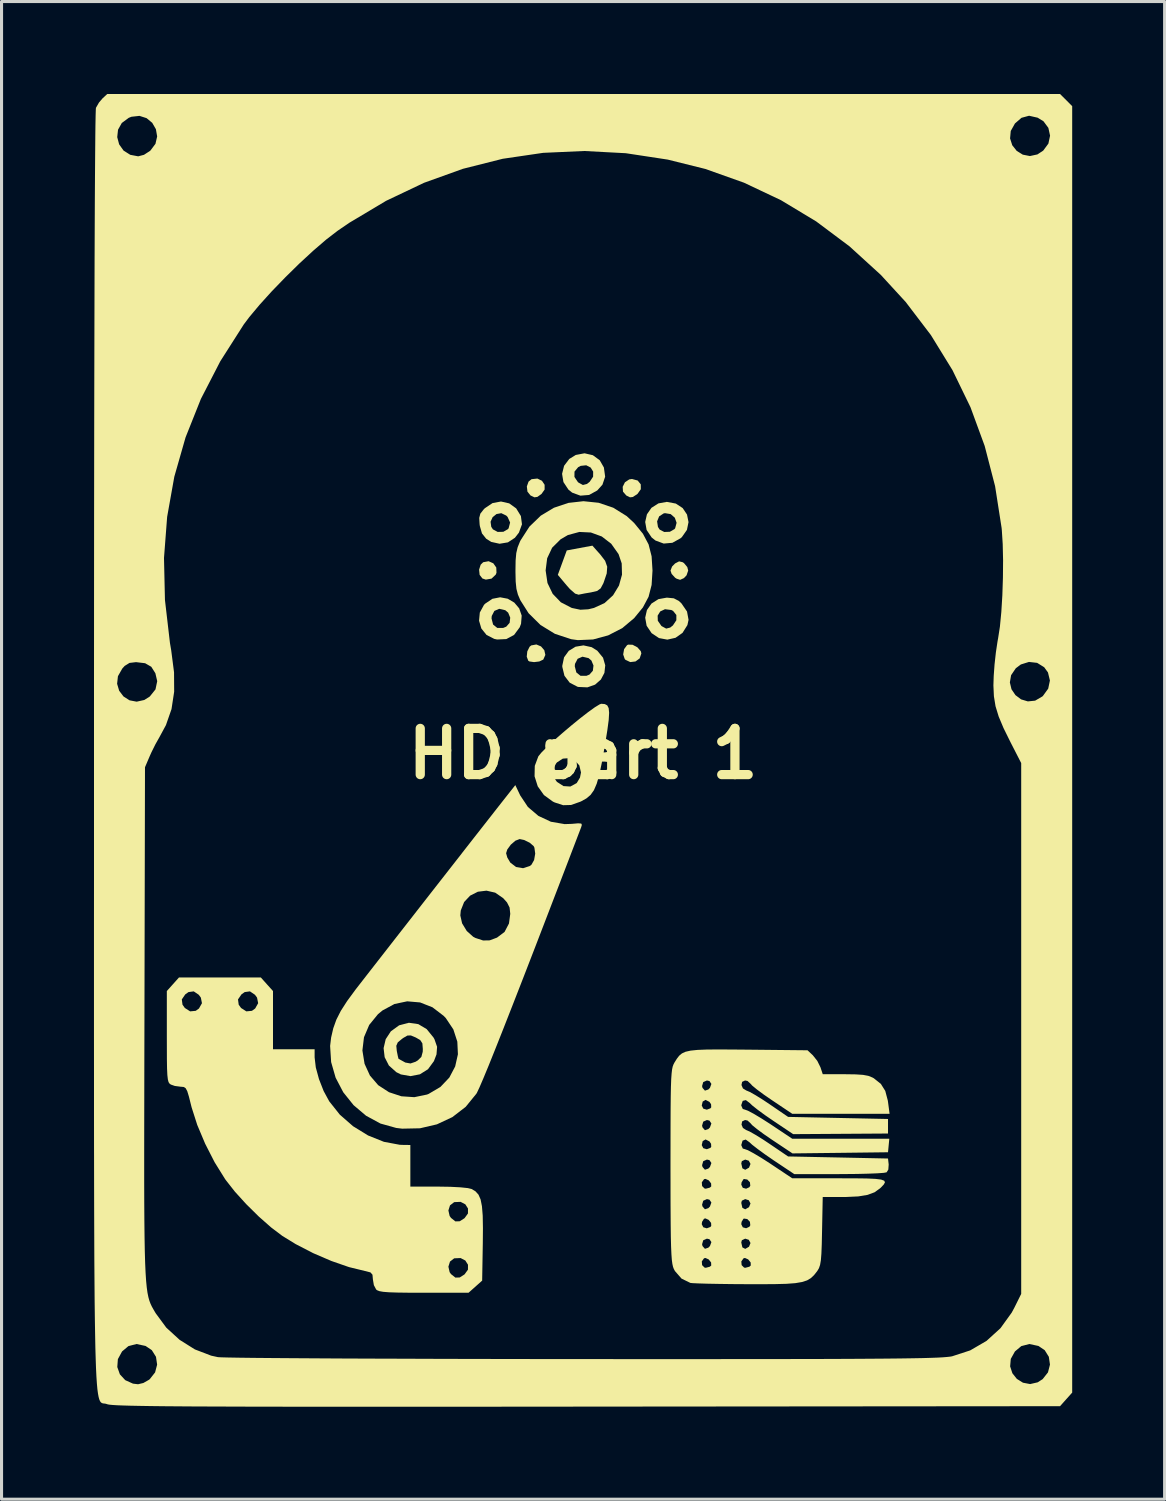
<source format=kicad_pcb>
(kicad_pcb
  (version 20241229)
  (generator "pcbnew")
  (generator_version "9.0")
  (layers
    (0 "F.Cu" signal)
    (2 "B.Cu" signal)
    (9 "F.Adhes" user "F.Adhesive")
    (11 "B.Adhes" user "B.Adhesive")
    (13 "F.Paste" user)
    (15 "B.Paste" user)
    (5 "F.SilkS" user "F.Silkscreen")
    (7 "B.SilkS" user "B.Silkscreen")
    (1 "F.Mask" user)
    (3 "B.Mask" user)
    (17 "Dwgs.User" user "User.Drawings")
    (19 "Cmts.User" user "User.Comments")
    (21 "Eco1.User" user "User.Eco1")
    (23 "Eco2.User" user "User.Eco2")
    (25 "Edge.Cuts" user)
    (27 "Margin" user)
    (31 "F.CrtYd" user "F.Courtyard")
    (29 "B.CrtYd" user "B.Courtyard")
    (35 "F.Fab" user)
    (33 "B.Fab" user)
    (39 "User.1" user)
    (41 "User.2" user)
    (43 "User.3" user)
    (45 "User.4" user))
  (footprint "HD part 1"
    (layer "F.Cu")
    (at 15.876 21.414)
    (property "Reference" "HD part 1" (at 0 0 0) (layer "F.SilkS") (effects (font (size 1.5 1.5) (thickness 0.3))))
    (attr board_only exclude_from_pos_files exclude_from_bom)
    (fp_poly (pts (xy -2.914 -6.18) (xy -2.818 -6.044) (xy -2.811 -5.874) (xy -2.835 -5.813) (xy -2.972 -5.683) (xy -3.157 -5.651) (xy -3.267 -5.687) (xy -3.358 -5.804) (xy -3.376 -5.974) (xy -3.324 -6.136) (xy -3.243 -6.215) (xy -3.067 -6.248)) (stroke (width 0) (type solid)) (fill yes) (layer "F.SilkS"))
    (fp_poly (pts (xy -1.335 -8.859) (xy -1.249 -8.729) (xy -1.249 -8.574) (xy -1.35 -8.431) (xy -1.483 -8.336) (xy -1.579 -8.322) (xy -1.703 -8.381) (xy -1.706 -8.382) (xy -1.806 -8.506) (xy -1.826 -8.675) (xy -1.77 -8.832) (xy -1.672 -8.911) (xy -1.483 -8.931)) (stroke (width 0) (type solid)) (fill yes) (layer "F.SilkS"))
    (fp_poly (pts (xy 1.607 -3.536) (xy 1.763 -3.453) (xy 1.872 -3.329) (xy 1.891 -3.255) (xy 1.836 -3.093) (xy 1.7 -2.994) (xy 1.531 -2.974) (xy 1.376 -3.047) (xy 1.352 -3.073) (xy 1.301 -3.222) (xy 1.331 -3.393) (xy 1.425 -3.521) (xy 1.461 -3.541)) (stroke (width 0) (type solid)) (fill yes) (layer "F.SilkS"))
    (fp_poly (pts (xy -1.366 -3.483) (xy -1.259 -3.359) (xy -1.225 -3.207) (xy -1.29 -3.06) (xy -1.297 -3.053) (xy -1.421 -2.994) (xy -1.592 -2.973) (xy -1.74 -2.994) (xy -1.779 -3.017) (xy -1.829 -3.149) (xy -1.811 -3.322) (xy -1.737 -3.471) (xy -1.684 -3.515) (xy -1.517 -3.546)) (stroke (width 0) (type solid)) (fill yes) (layer "F.SilkS"))
    (fp_poly (pts (xy 1.772 -8.867) (xy 1.872 -8.743) (xy 1.874 -8.585) (xy 1.766 -8.433) (xy 1.741 -8.414) (xy 1.611 -8.332) (xy 1.522 -8.322) (xy 1.405 -8.38) (xy 1.402 -8.382) (xy 1.295 -8.506) (xy 1.285 -8.663) (xy 1.358 -8.81) (xy 1.497 -8.903) (xy 1.587 -8.917)) (stroke (width 0) (type solid)) (fill yes) (layer "F.SilkS"))
    (fp_poly (pts (xy 3.228 -6.217) (xy 3.273 -6.189) (xy 3.382 -6.058) (xy 3.411 -5.945) (xy 3.358 -5.79) (xy 3.273 -5.7) (xy 3.15 -5.644) (xy 3.035 -5.681) (xy 2.986 -5.713) (xy 2.874 -5.836) (xy 2.837 -5.945) (xy 2.889 -6.077) (xy 2.986 -6.176) (xy 3.116 -6.243)) (stroke (width 0) (type solid)) (fill yes) (layer "F.SilkS"))
    (fp_poly (pts (xy 0.557 -6.467) (xy 0.715 -6.261) (xy 0.783 -6.069) (xy 0.767 -5.851) (xy 0.671 -5.566) (xy 0.655 -5.526) (xy 0.57 -5.367) (xy 0.458 -5.284) (xy 0.264 -5.238) (xy 0.26 -5.237) (xy 0.052 -5.202) (xy -0.111 -5.169) (xy -0.144 -5.161) (xy -0.258 -5.196) (xy -0.427 -5.344) (xy -0.537 -5.468) (xy -0.82 -5.805) (xy -0.675 -6.202) (xy -0.53 -6.598) (xy -0.114 -6.676) (xy 0.302 -6.753)) (stroke (width 0) (type solid)) (fill yes) (layer "F.SilkS"))
    (fp_poly (pts (xy 0.317 -9.689) (xy 0.54 -9.525) (xy 0.675 -9.29) (xy 0.716 -8.992) (xy 0.628 -8.732) (xy 0.46 -8.545) (xy 0.195 -8.399) (xy -0.087 -8.376) (xy -0.355 -8.474) (xy -0.478 -8.574) (xy -0.638 -8.817) (xy -0.666 -8.983) (xy -0.281 -8.983) (xy -0.168 -8.816) (xy -0.147 -8.799) (xy -0.006 -8.722) (xy 0.126 -8.756) (xy 0.214 -8.826) (xy 0.325 -8.992) (xy 0.327 -9.156) (xy 0.245 -9.289) (xy 0.101 -9.362) (xy -0.079 -9.343) (xy -0.16 -9.3) (xy -0.279 -9.157) (xy -0.281 -8.983) (xy -0.666 -8.983) (xy -0.682 -9.085) (xy -0.617 -9.345) (xy -0.449 -9.567) (xy -0.238 -9.697) (xy 0.047 -9.751)) (stroke (width 0) (type solid)) (fill yes) (layer "F.SilkS"))
    (fp_poly (pts (xy -2.447 -5.031) (xy -2.233 -4.905) (xy -2.074 -4.717) (xy -1.993 -4.482) (xy -2.014 -4.217) (xy -2.058 -4.102) (xy -2.24 -3.856) (xy -2.491 -3.721) (xy -2.79 -3.707) (xy -2.884 -3.727) (xy -3.134 -3.855) (xy -3.302 -4.063) (xy -3.377 -4.317) (xy -3.37 -4.392) (xy -2.972 -4.392) (xy -2.921 -4.192) (xy -2.786 -4.083) (xy -2.596 -4.082) (xy -2.495 -4.123) (xy -2.385 -4.247) (xy -2.365 -4.416) (xy -2.432 -4.578) (xy -2.525 -4.657) (xy -2.722 -4.703) (xy -2.88 -4.635) (xy -2.965 -4.47) (xy -2.972 -4.392) (xy -3.37 -4.392) (xy -3.352 -4.583) (xy -3.218 -4.829) (xy -3.18 -4.869) (xy -2.944 -5.028) (xy -2.692 -5.077)) (stroke (width 0) (type solid)) (fill yes) (layer "F.SilkS"))
    (fp_poly (pts (xy 0.278 -3.458) (xy 0.46 -3.344) (xy 0.647 -3.117) (xy 0.719 -2.869) (xy 0.692 -2.624) (xy 0.577 -2.407) (xy 0.389 -2.242) (xy 0.141 -2.154) (xy -0.154 -2.167) (xy -0.182 -2.174) (xy -0.434 -2.305) (xy -0.605 -2.529) (xy -0.675 -2.819) (xy -0.675 -2.838) (xy -0.27 -2.838) (xy -0.219 -2.638) (xy -0.084 -2.529) (xy 0.107 -2.528) (xy 0.207 -2.569) (xy 0.317 -2.693) (xy 0.337 -2.862) (xy 0.27 -3.024) (xy 0.177 -3.103) (xy -0.02 -3.149) (xy -0.177 -3.081) (xy -0.263 -2.916) (xy -0.27 -2.838) (xy -0.675 -2.838) (xy -0.676 -2.852) (xy -0.618 -3.128) (xy -0.465 -3.339) (xy -0.245 -3.473) (xy 0.012 -3.516)) (stroke (width 0) (type solid)) (fill yes) (layer "F.SilkS"))
    (fp_poly (pts (xy 2.944 -5.044) (xy 3.108 -4.959) (xy 3.191 -4.881) (xy 3.373 -4.616) (xy 3.423 -4.346) (xy 3.386 -4.175) (xy 3.227 -3.922) (xy 2.999 -3.762) (xy 2.734 -3.703) (xy 2.464 -3.753) (xy 2.224 -3.913) (xy 2.062 -4.154) (xy 2.016 -4.414) (xy 2.031 -4.482) (xy 2.42 -4.482) (xy 2.425 -4.315) (xy 2.539 -4.151) (xy 2.555 -4.138) (xy 2.697 -4.061) (xy 2.828 -4.095) (xy 2.916 -4.165) (xy 3.027 -4.332) (xy 3.027 -4.502) (xy 2.921 -4.635) (xy 2.862 -4.665) (xy 2.658 -4.69) (xy 2.504 -4.618) (xy 2.42 -4.482) (xy 2.031 -4.482) (xy 2.072 -4.663) (xy 2.219 -4.873) (xy 2.445 -5.017) (xy 2.718 -5.066)) (stroke (width 0) (type solid)) (fill yes) (layer "F.SilkS"))
    (fp_poly (pts (xy 3.01 -8.119) (xy 3.232 -7.973) (xy 3.373 -7.763) (xy 3.422 -7.517) (xy 3.37 -7.264) (xy 3.205 -7.029) (xy 3.165 -6.994) (xy 2.898 -6.846) (xy 2.616 -6.821) (xy 2.349 -6.92) (xy 2.224 -7.02) (xy 2.062 -7.262) (xy 2.016 -7.521) (xy 2.02 -7.541) (xy 2.402 -7.541) (xy 2.43 -7.36) (xy 2.485 -7.275) (xy 2.634 -7.197) (xy 2.817 -7.204) (xy 2.966 -7.29) (xy 2.988 -7.318) (xy 3.035 -7.495) (xy 2.977 -7.66) (xy 2.843 -7.777) (xy 2.659 -7.808) (xy 2.616 -7.8) (xy 2.469 -7.704) (xy 2.402 -7.541) (xy 2.02 -7.541) (xy 2.072 -7.77) (xy 2.219 -7.981) (xy 2.445 -8.125) (xy 2.718 -8.174)) (stroke (width 0) (type solid)) (fill yes) (layer "F.SilkS"))
    (fp_poly (pts (xy -2.399 -8.126) (xy -2.172 -7.963) (xy -2.019 -7.714) (xy -1.984 -7.445) (xy -2.083 -7.176) (xy -2.213 -7.009) (xy -2.44 -6.86) (xy -2.711 -6.815) (xy -2.982 -6.875) (xy -3.144 -6.977) (xy -3.282 -7.149) (xy -3.351 -7.389) (xy -3.359 -7.447) (xy -3.364 -7.529) (xy -3.003 -7.529) (xy -2.981 -7.365) (xy -2.927 -7.282) (xy -2.773 -7.199) (xy -2.589 -7.203) (xy -2.438 -7.29) (xy -2.417 -7.318) (xy -2.369 -7.503) (xy -2.45 -7.684) (xy -2.495 -7.73) (xy -2.655 -7.807) (xy -2.811 -7.779) (xy -2.937 -7.677) (xy -3.003 -7.529) (xy -3.364 -7.529) (xy -3.371 -7.654) (xy -3.335 -7.792) (xy -3.229 -7.927) (xy -3.189 -7.968) (xy -2.939 -8.135) (xy -2.665 -8.186)) (stroke (width 0) (type solid)) (fill yes) (layer "F.SilkS"))
    (fp_poly (pts (xy -5.349 8.777) (xy -5.076 8.94) (xy -4.854 9.214) (xy -4.824 9.268) (xy -4.739 9.513) (xy -4.758 9.76) (xy -4.842 9.979) (xy -5.034 10.241) (xy -5.297 10.406) (xy -5.601 10.465) (xy -5.914 10.41) (xy -6.06 10.338) (xy -6.303 10.121) (xy -6.441 9.851) (xy -6.475 9.556) (xy -6.457 9.48) (xy -6.063 9.48) (xy -6.047 9.648) (xy -6.046 9.652) (xy -6.014 9.813) (xy -5.992 9.899) (xy -5.989 9.903) (xy -5.77 10.024) (xy -5.602 10.054) (xy -5.439 9.999) (xy -5.368 9.956) (xy -5.25 9.842) (xy -5.205 9.675) (xy -5.202 9.584) (xy -5.217 9.401) (xy -5.287 9.294) (xy -5.431 9.211) (xy -5.589 9.145) (xy -5.7 9.147) (xy -5.832 9.223) (xy -5.876 9.254) (xy -6.015 9.369) (xy -6.063 9.48) (xy -6.457 9.48) (xy -6.407 9.266) (xy -6.24 9.011) (xy -5.974 8.818) (xy -5.968 8.815) (xy -5.654 8.733)) (stroke (width 0) (type solid)) (fill yes) (layer "F.SilkS"))
    (fp_poly (pts (xy 0.705 -1.611) (xy 0.784 -1.569) (xy 0.83 -1.48) (xy 0.845 -1.327) (xy 0.831 -1.093) (xy 0.787 -0.763) (xy 0.716 -0.32) (xy 0.696 -0.205) (xy 0.607 0.296) (xy 0.526 0.681) (xy 0.443 0.971) (xy 0.352 1.183) (xy 0.243 1.337) (xy 0.108 1.451) (xy -0.061 1.545) (xy -0.095 1.56) (xy -0.391 1.664) (xy -0.649 1.671) (xy -0.922 1.582) (xy -0.98 1.554) (xy -1.271 1.342) (xy -1.472 1.059) (xy -1.575 0.733) (xy -1.571 0.528) (xy -0.993 0.528) (xy -0.985 0.721) (xy -0.848 0.915) (xy -0.847 0.915) (xy -0.636 1.051) (xy -0.414 1.065) (xy -0.213 0.956) (xy -0.203 0.946) (xy -0.101 0.775) (xy -0.068 0.608) (xy -0.122 0.381) (xy -0.262 0.222) (xy -0.452 0.144) (xy -0.659 0.16) (xy -0.846 0.281) (xy -0.873 0.313) (xy -0.993 0.528) (xy -1.571 0.528) (xy -1.568 0.394) (xy -1.453 0.086) (xy -1.354 -0.036) (xy -1.177 -0.215) (xy -0.942 -0.433) (xy -0.669 -0.673) (xy -0.379 -0.918) (xy -0.093 -1.151) (xy 0.169 -1.354) (xy 0.386 -1.51) (xy 0.539 -1.603) (xy 0.592 -1.621)) (stroke (width 0) (type solid)) (fill yes) (layer "F.SilkS"))
    (fp_poly (pts (xy 0.504 -8.145) (xy 0.978 -7.985) (xy 1.415 -7.713) (xy 1.656 -7.49) (xy 1.942 -7.14) (xy 2.126 -6.793) (xy 2.224 -6.407) (xy 2.253 -5.945) (xy 2.224 -5.478) (xy 2.125 -5.093) (xy 1.94 -4.746) (xy 1.656 -4.399) (xy 1.269 -4.075) (xy 0.814 -3.841) (xy 0.323 -3.708) (xy -0.17 -3.687) (xy -0.387 -3.717) (xy -0.914 -3.891) (xy -1.381 -4.177) (xy -1.77 -4.561) (xy -2.037 -4.982) (xy -2.116 -5.166) (xy -2.164 -5.352) (xy -2.188 -5.585) (xy -2.195 -5.905) (xy -2.195 -5.945) (xy -2.195 -5.949) (xy -1.216 -5.949) (xy -1.156 -5.541) (xy -0.987 -5.19) (xy -0.722 -4.915) (xy -0.377 -4.736) (xy -0.352 -4.728) (xy -0.087 -4.673) (xy 0.169 -4.688) (xy 0.353 -4.732) (xy 0.698 -4.891) (xy 0.973 -5.142) (xy 1.165 -5.458) (xy 1.263 -5.812) (xy 1.253 -6.178) (xy 1.151 -6.479) (xy 0.913 -6.815) (xy 0.606 -7.051) (xy 0.253 -7.18) (xy -0.121 -7.198) (xy -0.494 -7.097) (xy -0.729 -6.96) (xy -1.005 -6.686) (xy -1.166 -6.344) (xy -1.216 -5.949) (xy -2.195 -5.949) (xy -2.19 -6.274) (xy -2.169 -6.511) (xy -2.124 -6.7) (xy -2.049 -6.885) (xy -2.03 -6.924) (xy -1.741 -7.372) (xy -1.373 -7.727) (xy -0.945 -7.984) (xy -0.477 -8.141) (xy 0.013 -8.196)) (stroke (width 0) (type solid)) (fill yes) (layer "F.SilkS"))
    (fp_poly (pts (xy -2.041 1.353) (xy -1.791 1.729) (xy -1.451 2.018) (xy -1.046 2.208) (xy -0.598 2.285) (xy -0.366 2.277) (xy -0.16 2.259) (xy -0.061 2.267) (xy -0.04 2.31) (xy -0.063 2.387) (xy -0.6 3.79) (xy -1.091 5.068) (xy -1.534 6.22) (xy -1.932 7.248) (xy -2.284 8.151) (xy -2.59 8.931) (xy -2.851 9.589) (xy -3.066 10.124) (xy -3.237 10.537) (xy -3.363 10.83) (xy -3.445 11.003) (xy -3.464 11.036) (xy -3.81 11.461) (xy -4.243 11.795) (xy -4.745 12.03) (xy -5.294 12.158) (xy -5.872 12.17) (xy -6.065 12.147) (xy -6.577 12.004) (xy -7.044 11.751) (xy -7.451 11.406) (xy -7.785 10.988) (xy -8.032 10.516) (xy -8.178 10.009) (xy -8.202 9.632) (xy -7.163 9.632) (xy -7.093 10.065) (xy -6.919 10.446) (xy -6.65 10.759) (xy -6.3 10.987) (xy -5.899 11.119) (xy -5.478 11.148) (xy -5.067 11.063) (xy -5.014 11.042) (xy -4.631 10.816) (xy -4.342 10.512) (xy -4.152 10.151) (xy -4.063 9.755) (xy -4.082 9.347) (xy -4.211 8.949) (xy -4.455 8.583) (xy -4.524 8.51) (xy -4.889 8.231) (xy -5.291 8.073) (xy -5.709 8.037) (xy -6.123 8.124) (xy -6.512 8.334) (xy -6.658 8.455) (xy -6.942 8.803) (xy -7.112 9.203) (xy -7.163 9.632) (xy -8.202 9.632) (xy -8.211 9.485) (xy -8.179 9.216) (xy -8.109 8.913) (xy -8.009 8.633) (xy -7.864 8.347) (xy -7.659 8.028) (xy -7.38 7.648) (xy -7.278 7.517) (xy -6.918 7.054) (xy -6.521 6.545) (xy -6.097 6.001) (xy -5.656 5.436) (xy -5.51 5.249) (xy -3.985 5.249) (xy -3.927 5.506) (xy -3.776 5.754) (xy -3.568 5.941) (xy -3.495 5.98) (xy -3.246 6.062) (xy -3.032 6.058) (xy -2.794 5.969) (xy -2.549 5.784) (xy -2.406 5.511) (xy -2.364 5.198) (xy -2.386 4.992) (xy -2.469 4.828) (xy -2.594 4.688) (xy -2.853 4.51) (xy -3.136 4.445) (xy -3.416 4.48) (xy -3.667 4.607) (xy -3.861 4.813) (xy -3.97 5.088) (xy -3.985 5.249) (xy -5.51 5.249) (xy -5.21 4.864) (xy -4.768 4.298) (xy -4.341 3.752) (xy -3.94 3.239) (xy -3.934 3.23) (xy -2.499 3.23) (xy -2.459 3.372) (xy -2.362 3.534) (xy -2.359 3.537) (xy -2.174 3.678) (xy -1.948 3.716) (xy -1.732 3.646) (xy -1.677 3.604) (xy -1.59 3.451) (xy -1.554 3.243) (xy -1.58 3.05) (xy -1.605 2.999) (xy -1.73 2.891) (xy -1.912 2.801) (xy -2.059 2.77) (xy -2.197 2.823) (xy -2.346 2.952) (xy -2.461 3.109) (xy -2.499 3.23) (xy -3.934 3.23) (xy -3.576 2.772) (xy -3.258 2.366) (xy -2.997 2.033) (xy -2.805 1.787) (xy -2.743 1.708) (xy -2.2 1.019)) (stroke (width 0) (type solid)) (fill yes) (layer "F.SilkS"))
    (fp_poly (pts (xy -10.263 7.483) (xy -10.065 7.703) (xy -10.065 8.648) (xy -10.065 9.593) (xy -9.39 9.593) (xy -8.714 9.593) (xy -8.714 9.857) (xy -8.676 10.182) (xy -8.572 10.563) (xy -8.421 10.949) (xy -8.241 11.281) (xy -7.895 11.717) (xy -7.465 12.092) (xy -6.979 12.391) (xy -6.465 12.597) (xy -5.952 12.693) (xy -5.826 12.698) (xy -5.607 12.7) (xy -5.607 13.376) (xy -5.607 14.051) (xy -4.698 14.051) (xy -4.309 14.057) (xy -3.982 14.074) (xy -3.742 14.099) (xy -3.621 14.128) (xy -3.493 14.204) (xy -3.396 14.311) (xy -3.327 14.466) (xy -3.283 14.688) (xy -3.258 14.993) (xy -3.251 15.4) (xy -3.255 15.883) (xy -3.276 17.102) (xy -3.497 17.299) (xy -3.718 17.496) (xy -5.164 17.496) (xy -5.654 17.495) (xy -6.027 17.49) (xy -6.299 17.481) (xy -6.488 17.466) (xy -6.612 17.444) (xy -6.687 17.414) (xy -6.717 17.39) (xy -6.791 17.25) (xy -6.823 17.061) (xy -6.823 17.06) (xy -6.836 16.91) (xy -6.901 16.836) (xy -7.059 16.794) (xy -7.076 16.791) (xy -7.592 16.665) (xy -7.637 16.65) (xy -4.372 16.65) (xy -4.332 16.827) (xy -4.287 16.891) (xy -4.145 17.004) (xy -4.004 17) (xy -3.848 16.9) (xy -3.737 16.747) (xy -3.736 16.586) (xy -3.822 16.45) (xy -3.975 16.37) (xy -4.175 16.378) (xy -4.188 16.382) (xy -4.32 16.484) (xy -4.372 16.65) (xy -7.637 16.65) (xy -8.167 16.466) (xy -8.76 16.211) (xy -9.329 15.917) (xy -9.761 15.652) (xy -10.127 15.375) (xy -10.53 15.019) (xy -10.725 14.826) (xy -4.372 14.826) (xy -4.332 15.003) (xy -4.287 15.067) (xy -4.145 15.18) (xy -4.004 15.176) (xy -3.848 15.076) (xy -3.737 14.923) (xy -3.736 14.762) (xy -3.822 14.626) (xy -3.975 14.546) (xy -4.175 14.554) (xy -4.188 14.558) (xy -4.32 14.66) (xy -4.372 14.826) (xy -10.725 14.826) (xy -10.933 14.621) (xy -11.301 14.216) (xy -11.597 13.839) (xy -11.623 13.802) (xy -11.96 13.26) (xy -12.267 12.659) (xy -12.524 12.049) (xy -12.707 11.477) (xy -12.723 11.414) (xy -12.794 11.13) (xy -12.848 10.953) (xy -12.9 10.857) (xy -12.964 10.817) (xy -13.053 10.809) (xy -13.059 10.809) (xy -13.251 10.784) (xy -13.38 10.739) (xy -13.423 10.708) (xy -13.455 10.659) (xy -13.478 10.571) (xy -13.494 10.429) (xy -13.504 10.215) (xy -13.509 9.911) (xy -13.51 9.501) (xy -13.511 9.186) (xy -13.511 7.976) (xy -13.025 7.976) (xy -13.002 8.147) (xy -12.926 8.253) (xy -12.754 8.363) (xy -12.572 8.345) (xy -12.468 8.27) (xy -12.371 8.098) (xy -12.395 7.976) (xy -11.201 7.976) (xy -11.178 8.147) (xy -11.102 8.253) (xy -10.93 8.363) (xy -10.748 8.345) (xy -10.644 8.27) (xy -10.547 8.098) (xy -10.583 7.916) (xy -10.65 7.825) (xy -10.813 7.714) (xy -10.984 7.737) (xy -11.09 7.813) (xy -11.201 7.976) (xy -12.395 7.976) (xy -12.407 7.916) (xy -12.474 7.825) (xy -12.637 7.714) (xy -12.808 7.737) (xy -12.914 7.813) (xy -13.025 7.976) (xy -13.511 7.976) (xy -13.511 7.703) (xy -13.314 7.483) (xy -13.116 7.262) (xy -11.788 7.262) (xy -10.46 7.262)) (stroke (width 0) (type solid)) (fill yes) (layer "F.SilkS"))
    (fp_poly (pts (xy 15.678 -21.217) (xy 15.875 -21.019) (xy 15.875 -0.141) (xy 15.875 20.737) (xy 15.678 20.957) (xy 15.481 21.178) (xy 0.124 21.192) (xy -1.607 21.194) (xy -3.207 21.195) (xy -4.682 21.196) (xy -6.037 21.196) (xy -7.277 21.196) (xy -8.406 21.196) (xy -9.429 21.195) (xy -10.352 21.194) (xy -11.178 21.192) (xy -11.915 21.189) (xy -12.565 21.187) (xy -13.134 21.183) (xy -13.627 21.179) (xy -14.049 21.174) (xy -14.405 21.168) (xy -14.7 21.162) (xy -14.938 21.155) (xy -15.125 21.148) (xy -15.265 21.139) (xy -15.363 21.13) (xy -15.425 21.12) (xy -15.448 21.113) (xy -15.489 21.1) (xy -15.527 21.093) (xy -15.563 21.09) (xy -15.596 21.084) (xy -15.626 21.072) (xy -15.654 21.05) (xy -15.68 21.013) (xy -15.704 20.956) (xy -15.726 20.875) (xy -15.746 20.766) (xy -15.765 20.624) (xy -15.781 20.445) (xy -15.796 20.224) (xy -15.809 19.958) (xy -15.811 19.908) (xy -15.119 19.908) (xy -15.035 20.144) (xy -14.861 20.333) (xy -14.61 20.446) (xy -14.445 20.466) (xy -14.273 20.425) (xy -14.089 20.32) (xy -14.064 20.3) (xy -13.892 20.081) (xy -13.841 19.886) (xy 13.861 19.886) (xy 13.934 20.109) (xy 14.079 20.292) (xy 14.278 20.416) (xy 14.51 20.46) (xy 14.754 20.404) (xy 14.916 20.3) (xy 15.089 20.081) (xy 15.154 19.828) (xy 15.117 19.575) (xy 14.982 19.359) (xy 14.78 19.223) (xy 14.485 19.16) (xy 14.223 19.228) (xy 14.017 19.401) (xy 13.882 19.643) (xy 13.861 19.886) (xy -13.841 19.886) (xy -13.826 19.828) (xy -13.863 19.575) (xy -13.999 19.359) (xy -14.201 19.223) (xy -14.495 19.16) (xy -14.758 19.228) (xy -14.964 19.401) (xy -15.1 19.651) (xy -15.119 19.908) (xy -15.811 19.908) (xy -15.82 19.641) (xy -15.831 19.269) (xy -15.839 18.838) (xy -15.847 18.344) (xy -15.854 17.781) (xy -15.859 17.146) (xy -15.864 16.434) (xy -15.867 15.641) (xy -15.87 14.762) (xy -15.872 13.793) (xy -15.873 13.066) (xy -14.246 13.066) (xy -14.246 13.864) (xy -14.244 14.563) (xy -14.24 15.172) (xy -14.234 15.697) (xy -14.226 16.145) (xy -14.215 16.524) (xy -14.201 16.841) (xy -14.184 17.104) (xy -14.163 17.32) (xy -14.139 17.495) (xy -14.11 17.638) (xy -14.077 17.756) (xy -14.039 17.856) (xy -13.997 17.945) (xy -13.949 18.031) (xy -13.896 18.122) (xy -13.869 18.166) (xy -13.528 18.629) (xy -13.095 19.025) (xy -12.601 19.335) (xy -12.072 19.538) (xy -11.852 19.586) (xy -11.749 19.592) (xy -11.518 19.598) (xy -11.167 19.604) (xy -10.702 19.61) (xy -10.131 19.615) (xy -9.46 19.62) (xy -8.698 19.625) (xy -7.851 19.63) (xy -6.926 19.634) (xy -5.932 19.637) (xy -4.873 19.641) (xy -3.759 19.644) (xy -2.597 19.646) (xy -1.392 19.648) (xy -0.154 19.649) (xy 0 19.649) (xy 1.493 19.65) (xy 2.857 19.65) (xy 4.097 19.65) (xy 5.22 19.649) (xy 6.231 19.648) (xy 7.137 19.647) (xy 7.943 19.645) (xy 8.656 19.642) (xy 9.28 19.638) (xy 9.823 19.634) (xy 10.289 19.629) (xy 10.685 19.623) (xy 11.017 19.617) (xy 11.29 19.609) (xy 11.511 19.601) (xy 11.686 19.591) (xy 11.819 19.58) (xy 11.918 19.569) (xy 11.976 19.559) (xy 12.565 19.367) (xy 13.094 19.059) (xy 13.547 18.647) (xy 13.912 18.141) (xy 14.003 17.971) (xy 14.22 17.533) (xy 14.22 8.918) (xy 14.22 0.304) (xy 13.871 -0.377) (xy 13.647 -0.831) (xy 13.489 -1.207) (xy 13.387 -1.54) (xy 13.334 -1.865) (xy 13.318 -2.217) (xy 13.321 -2.314) (xy 13.852 -2.314) (xy 13.905 -2.092) (xy 14.033 -1.902) (xy 14.216 -1.764) (xy 14.436 -1.698) (xy 14.672 -1.722) (xy 14.906 -1.858) (xy 14.925 -1.875) (xy 15.097 -2.113) (xy 15.152 -2.377) (xy 15.089 -2.637) (xy 14.966 -2.807) (xy 14.737 -2.949) (xy 14.472 -2.979) (xy 14.209 -2.897) (xy 14.046 -2.775) (xy 13.892 -2.548) (xy 13.852 -2.314) (xy 13.321 -2.314) (xy 13.328 -2.525) (xy 13.355 -2.896) (xy 13.399 -3.293) (xy 13.452 -3.646) (xy 13.471 -3.749) (xy 13.529 -4.124) (xy 13.575 -4.599) (xy 13.608 -5.14) (xy 13.627 -5.711) (xy 13.632 -6.277) (xy 13.62 -6.804) (xy 13.591 -7.258) (xy 13.584 -7.33) (xy 13.373 -8.682) (xy 13.035 -9.989) (xy 12.574 -11.246) (xy 11.991 -12.447) (xy 11.289 -13.588) (xy 10.471 -14.662) (xy 9.664 -15.541) (xy 8.647 -16.468) (xy 7.566 -17.277) (xy 6.423 -17.966) (xy 5.223 -18.534) (xy 3.968 -18.98) (xy 2.746 -19.284) (xy 1.386 -19.491) (xy 0.037 -19.563) (xy -1.296 -19.503) (xy -2.61 -19.31) (xy -3.9 -18.985) (xy -5.162 -18.531) (xy -6.393 -17.946) (xy -7.588 -17.233) (xy -7.971 -16.971) (xy -8.335 -16.691) (xy -8.755 -16.33) (xy -9.207 -15.913) (xy -9.665 -15.463) (xy -10.107 -15.006) (xy -10.506 -14.565) (xy -10.839 -14.166) (xy -11.013 -13.934) (xy -11.775 -12.739) (xy -12.405 -11.517) (xy -12.903 -10.268) (xy -13.268 -8.992) (xy -13.501 -7.687) (xy -13.603 -6.353) (xy -13.572 -4.99) (xy -13.41 -3.598) (xy -13.369 -3.356) (xy -13.277 -2.642) (xy -13.273 -2.013) (xy -13.359 -1.448) (xy -13.54 -0.928) (xy -13.759 -0.523) (xy -13.881 -0.307) (xy -14.011 -0.045) (xy -14.069 0.085) (xy -14.22 0.439) (xy -14.238 8.741) (xy -14.241 10.007) (xy -14.243 11.144) (xy -14.245 12.162) (xy -14.246 13.066) (xy -15.873 13.066) (xy -15.874 12.729) (xy -15.875 11.567) (xy -15.875 10.301) (xy -15.876 8.927) (xy -15.876 7.441) (xy -15.876 5.838) (xy -15.875 4.115) (xy -15.875 2.266) (xy -15.875 0.287) (xy -15.875 -0.094) (xy -15.875 -2.09) (xy -15.875 -2.27) (xy -15.125 -2.27) (xy -15.058 -2.044) (xy -14.917 -1.858) (xy -14.721 -1.733) (xy -14.49 -1.689) (xy -14.242 -1.744) (xy -14.064 -1.857) (xy -13.879 -2.088) (xy -13.823 -2.355) (xy -13.883 -2.612) (xy -14.016 -2.822) (xy -14.216 -2.937) (xy -14.508 -2.972) (xy -14.513 -2.972) (xy -14.723 -2.947) (xy -14.879 -2.85) (xy -14.957 -2.764) (xy -15.098 -2.516) (xy -15.125 -2.27) (xy -15.875 -2.27) (xy -15.874 -4.003) (xy -15.873 -5.83) (xy -15.872 -7.567) (xy -15.87 -9.213) (xy -15.868 -10.764) (xy -15.865 -12.218) (xy -15.862 -13.57) (xy -15.859 -14.819) (xy -15.856 -15.961) (xy -15.852 -16.994) (xy -15.848 -17.915) (xy -15.843 -18.72) (xy -15.838 -19.407) (xy -15.833 -19.972) (xy -15.833 -20.013) (xy -15.121 -20.013) (xy -15.059 -19.779) (xy -14.916 -19.577) (xy -14.698 -19.439) (xy -14.441 -19.39) (xy -14.253 -19.439) (xy -14.053 -19.569) (xy -14.046 -19.575) (xy -13.88 -19.796) (xy -13.84 -19.971) (xy 13.859 -19.971) (xy 13.93 -19.749) (xy 14.074 -19.567) (xy 14.272 -19.444) (xy 14.503 -19.399) (xy 14.747 -19.452) (xy 14.935 -19.576) (xy 15.103 -19.804) (xy 15.157 -20.061) (xy 15.102 -20.313) (xy 14.944 -20.527) (xy 14.754 -20.644) (xy 14.475 -20.707) (xy 14.229 -20.64) (xy 14.017 -20.456) (xy 13.881 -20.213) (xy 13.859 -19.971) (xy -13.84 -19.971) (xy -13.825 -20.036) (xy -13.866 -20.271) (xy -13.985 -20.477) (xy -14.168 -20.629) (xy -14.399 -20.703) (xy -14.66 -20.674) (xy -14.748 -20.639) (xy -14.973 -20.472) (xy -15.095 -20.254) (xy -15.121 -20.013) (xy -15.833 -20.013) (xy -15.828 -20.414) (xy -15.822 -20.728) (xy -15.816 -20.913) (xy -15.812 -20.964) (xy -15.713 -21.136) (xy -15.596 -21.273) (xy -15.444 -21.414) (xy 0.018 -21.414) (xy 15.48 -21.414)) (stroke (width 0) (type solid)) (fill yes) (layer "F.SilkS"))
    (fp_poly (pts (xy 4.908 9.602) (xy 5.358 9.606) (xy 7.285 9.626) (xy 7.457 9.788) (xy 7.603 9.972) (xy 7.704 10.177) (xy 7.779 10.403) (xy 8.5 10.403) (xy 8.845 10.408) (xy 9.087 10.424) (xy 9.258 10.456) (xy 9.39 10.509) (xy 9.437 10.535) (xy 9.664 10.716) (xy 9.808 10.945) (xy 9.891 11.26) (xy 9.901 11.332) (xy 9.948 11.687) (xy 8.368 11.687) (xy 6.788 11.687) (xy 6.127 11.244) (xy 5.863 11.062) (xy 5.643 10.899) (xy 5.489 10.772) (xy 5.427 10.704) (xy 5.337 10.622) (xy 5.257 10.606) (xy 5.162 10.651) (xy 5.141 10.754) (xy 5.188 10.864) (xy 5.297 10.931) (xy 5.303 10.933) (xy 5.412 10.979) (xy 5.603 11.087) (xy 5.845 11.238) (xy 6.046 11.372) (xy 6.654 11.788) (xy 8.275 11.822) (xy 9.897 11.856) (xy 9.897 12.092) (xy 9.897 12.328) (xy 8.358 12.338) (xy 6.819 12.348) (xy 6.174 11.916) (xy 5.903 11.73) (xy 5.665 11.555) (xy 5.489 11.415) (xy 5.409 11.338) (xy 5.283 11.243) (xy 5.181 11.268) (xy 5.134 11.404) (xy 5.134 11.42) (xy 5.183 11.531) (xy 5.252 11.552) (xy 5.351 11.588) (xy 5.536 11.686) (xy 5.78 11.832) (xy 6.059 12.01) (xy 6.08 12.024) (xy 6.789 12.497) (xy 8.364 12.497) (xy 9.939 12.497) (xy 9.918 12.717) (xy 9.897 12.936) (xy 8.346 12.955) (xy 6.796 12.973) (xy 6.131 12.53) (xy 5.866 12.348) (xy 5.645 12.184) (xy 5.49 12.058) (xy 5.428 11.988) (xy 5.337 11.906) (xy 5.257 11.889) (xy 5.162 11.935) (xy 5.142 12.039) (xy 5.189 12.149) (xy 5.296 12.216) (xy 5.3 12.217) (xy 5.408 12.264) (xy 5.598 12.372) (xy 5.84 12.522) (xy 6.043 12.657) (xy 6.654 13.072) (xy 8.275 13.105) (xy 9.897 13.139) (xy 9.919 13.334) (xy 9.907 13.498) (xy 9.851 13.587) (xy 9.76 13.604) (xy 9.554 13.619) (xy 9.255 13.631) (xy 8.885 13.64) (xy 8.464 13.644) (xy 8.309 13.645) (xy 6.856 13.646) (xy 6.182 13.196) (xy 5.908 13.007) (xy 5.668 12.832) (xy 5.488 12.692) (xy 5.4 12.611) (xy 5.277 12.523) (xy 5.176 12.558) (xy 5.134 12.702) (xy 5.134 12.704) (xy 5.183 12.815) (xy 5.252 12.835) (xy 5.351 12.871) (xy 5.536 12.97) (xy 5.78 13.115) (xy 6.059 13.294) (xy 6.08 13.308) (xy 6.789 13.781) (xy 8.292 13.781) (xy 8.81 13.782) (xy 9.205 13.787) (xy 9.489 13.8) (xy 9.675 13.823) (xy 9.773 13.859) (xy 9.798 13.911) (xy 9.76 13.982) (xy 9.672 14.076) (xy 9.637 14.108) (xy 9.462 14.234) (xy 9.235 14.319) (xy 8.933 14.369) (xy 8.529 14.388) (xy 8.398 14.389) (xy 7.778 14.389) (xy 7.756 15.499) (xy 7.747 15.918) (xy 7.735 16.224) (xy 7.718 16.441) (xy 7.692 16.592) (xy 7.656 16.698) (xy 7.606 16.783) (xy 7.595 16.799) (xy 7.497 16.923) (xy 7.395 17.02) (xy 7.271 17.094) (xy 7.109 17.147) (xy 6.892 17.184) (xy 6.603 17.206) (xy 6.225 17.216) (xy 5.742 17.219) (xy 5.303 17.218) (xy 4.832 17.215) (xy 4.401 17.209) (xy 4.03 17.202) (xy 3.739 17.193) (xy 3.548 17.184) (xy 3.482 17.177) (xy 3.195 17.037) (xy 2.981 16.791) (xy 2.944 16.722) (xy 2.919 16.654) (xy 2.898 16.56) (xy 2.887 16.479) (xy 3.853 16.479) (xy 3.863 16.6) (xy 3.942 16.679) (xy 3.982 16.686) (xy 4.113 16.651) (xy 4.159 16.612) (xy 4.155 16.513) (xy 4.128 16.479) (xy 5.136 16.479) (xy 5.146 16.6) (xy 5.225 16.679) (xy 5.265 16.686) (xy 5.397 16.651) (xy 5.442 16.612) (xy 5.439 16.513) (xy 5.359 16.414) (xy 5.254 16.367) (xy 5.208 16.378) (xy 5.136 16.479) (xy 4.128 16.479) (xy 4.076 16.414) (xy 3.971 16.367) (xy 3.925 16.378) (xy 3.853 16.479) (xy 2.887 16.479) (xy 2.88 16.427) (xy 2.867 16.244) (xy 2.856 15.998) (xy 2.854 15.922) (xy 3.862 15.922) (xy 3.876 15.98) (xy 3.955 16.07) (xy 4.065 16.033) (xy 4.118 15.979) (xy 4.16 15.864) (xy 5.134 15.864) (xy 5.17 16.023) (xy 5.263 16.072) (xy 5.385 16.002) (xy 5.434 15.882) (xy 5.378 15.778) (xy 5.262 15.74) (xy 5.153 15.792) (xy 5.134 15.864) (xy 4.16 15.864) (xy 4.164 15.852) (xy 4.102 15.759) (xy 4.019 15.74) (xy 3.899 15.793) (xy 3.862 15.922) (xy 2.854 15.922) (xy 2.848 15.678) (xy 2.843 15.271) (xy 3.851 15.271) (xy 3.902 15.371) (xy 4.016 15.405) (xy 4.131 15.361) (xy 4.159 15.328) (xy 4.157 15.271) (xy 5.134 15.271) (xy 5.183 15.372) (xy 5.291 15.403) (xy 5.396 15.355) (xy 5.427 15.306) (xy 5.415 15.193) (xy 5.329 15.104) (xy 5.222 15.088) (xy 5.205 15.096) (xy 5.145 15.193) (xy 5.134 15.271) (xy 4.157 15.271) (xy 4.155 15.229) (xy 4.076 15.131) (xy 3.971 15.083) (xy 3.925 15.094) (xy 3.862 15.193) (xy 3.851 15.271) (xy 2.843 15.271) (xy 2.843 15.271) (xy 2.84 14.765) (xy 2.839 14.638) (xy 3.862 14.638) (xy 3.876 14.696) (xy 3.955 14.787) (xy 4.065 14.75) (xy 4.118 14.696) (xy 4.16 14.58) (xy 5.134 14.58) (xy 5.17 14.739) (xy 5.263 14.788) (xy 5.385 14.718) (xy 5.434 14.599) (xy 5.378 14.494) (xy 5.262 14.456) (xy 5.153 14.508) (xy 5.134 14.58) (xy 4.16 14.58) (xy 4.164 14.569) (xy 4.102 14.476) (xy 4.019 14.456) (xy 3.899 14.51) (xy 3.862 14.638) (xy 2.839 14.638) (xy 2.838 14.15) (xy 2.838 13.912) (xy 3.853 13.912) (xy 3.863 14.033) (xy 3.942 14.112) (xy 3.982 14.119) (xy 4.113 14.084) (xy 4.159 14.045) (xy 4.157 13.987) (xy 5.134 13.987) (xy 5.183 14.089) (xy 5.291 14.119) (xy 5.396 14.071) (xy 5.427 14.022) (xy 5.415 13.91) (xy 5.329 13.821) (xy 5.222 13.804) (xy 5.205 13.813) (xy 5.145 13.91) (xy 5.134 13.987) (xy 4.157 13.987) (xy 4.155 13.946) (xy 4.076 13.847) (xy 3.971 13.8) (xy 3.925 13.811) (xy 3.853 13.912) (xy 2.838 13.912) (xy 2.837 13.411) (xy 2.837 13.365) (xy 2.837 13.355) (xy 3.862 13.355) (xy 3.876 13.413) (xy 3.955 13.503) (xy 4.065 13.466) (xy 4.118 13.412) (xy 4.16 13.297) (xy 5.134 13.297) (xy 5.17 13.456) (xy 5.263 13.505) (xy 5.385 13.435) (xy 5.434 13.315) (xy 5.378 13.211) (xy 5.262 13.173) (xy 5.153 13.225) (xy 5.134 13.297) (xy 4.16 13.297) (xy 4.164 13.285) (xy 4.102 13.192) (xy 4.019 13.173) (xy 3.899 13.226) (xy 3.862 13.355) (xy 2.837 13.355) (xy 2.838 12.704) (xy 3.851 12.704) (xy 3.902 12.804) (xy 4.016 12.838) (xy 4.131 12.794) (xy 4.159 12.761) (xy 4.154 12.661) (xy 4.101 12.584) (xy 3.976 12.52) (xy 3.882 12.574) (xy 3.851 12.704) (xy 2.838 12.704) (xy 2.838 12.632) (xy 2.839 12.071) (xy 3.862 12.071) (xy 3.876 12.129) (xy 3.955 12.22) (xy 4.065 12.183) (xy 4.118 12.129) (xy 4.164 12.002) (xy 4.102 11.909) (xy 4.019 11.889) (xy 3.899 11.943) (xy 3.862 12.071) (xy 2.839 12.071) (xy 2.839 12.021) (xy 2.841 11.521) (xy 2.842 11.42) (xy 3.851 11.42) (xy 3.902 11.52) (xy 4.016 11.554) (xy 4.131 11.511) (xy 4.159 11.478) (xy 4.154 11.377) (xy 4.101 11.301) (xy 3.976 11.236) (xy 3.882 11.291) (xy 3.851 11.42) (xy 2.842 11.42) (xy 2.845 11.119) (xy 2.851 10.804) (xy 2.852 10.788) (xy 3.862 10.788) (xy 3.876 10.846) (xy 3.955 10.936) (xy 4.065 10.899) (xy 4.118 10.845) (xy 4.164 10.718) (xy 4.102 10.625) (xy 4.019 10.606) (xy 3.899 10.659) (xy 3.862 10.788) (xy 2.852 10.788) (xy 2.86 10.562) (xy 2.873 10.381) (xy 2.888 10.25) (xy 2.908 10.156) (xy 2.933 10.087) (xy 2.963 10.03) (xy 2.969 10.018) (xy 3.045 9.898) (xy 3.119 9.802) (xy 3.208 9.728) (xy 3.325 9.674) (xy 3.489 9.637) (xy 3.713 9.614) (xy 4.014 9.602) (xy 4.407 9.599)) (stroke (width 0) (type solid)) (fill yes) (layer "F.SilkS")))
  (gr_rect
    (start -3 -3)
    (end 34.751 45.611)
    (stroke (width 0.1) (type default))
    (fill no)
    (layer "Edge.Cuts")))
</source>
